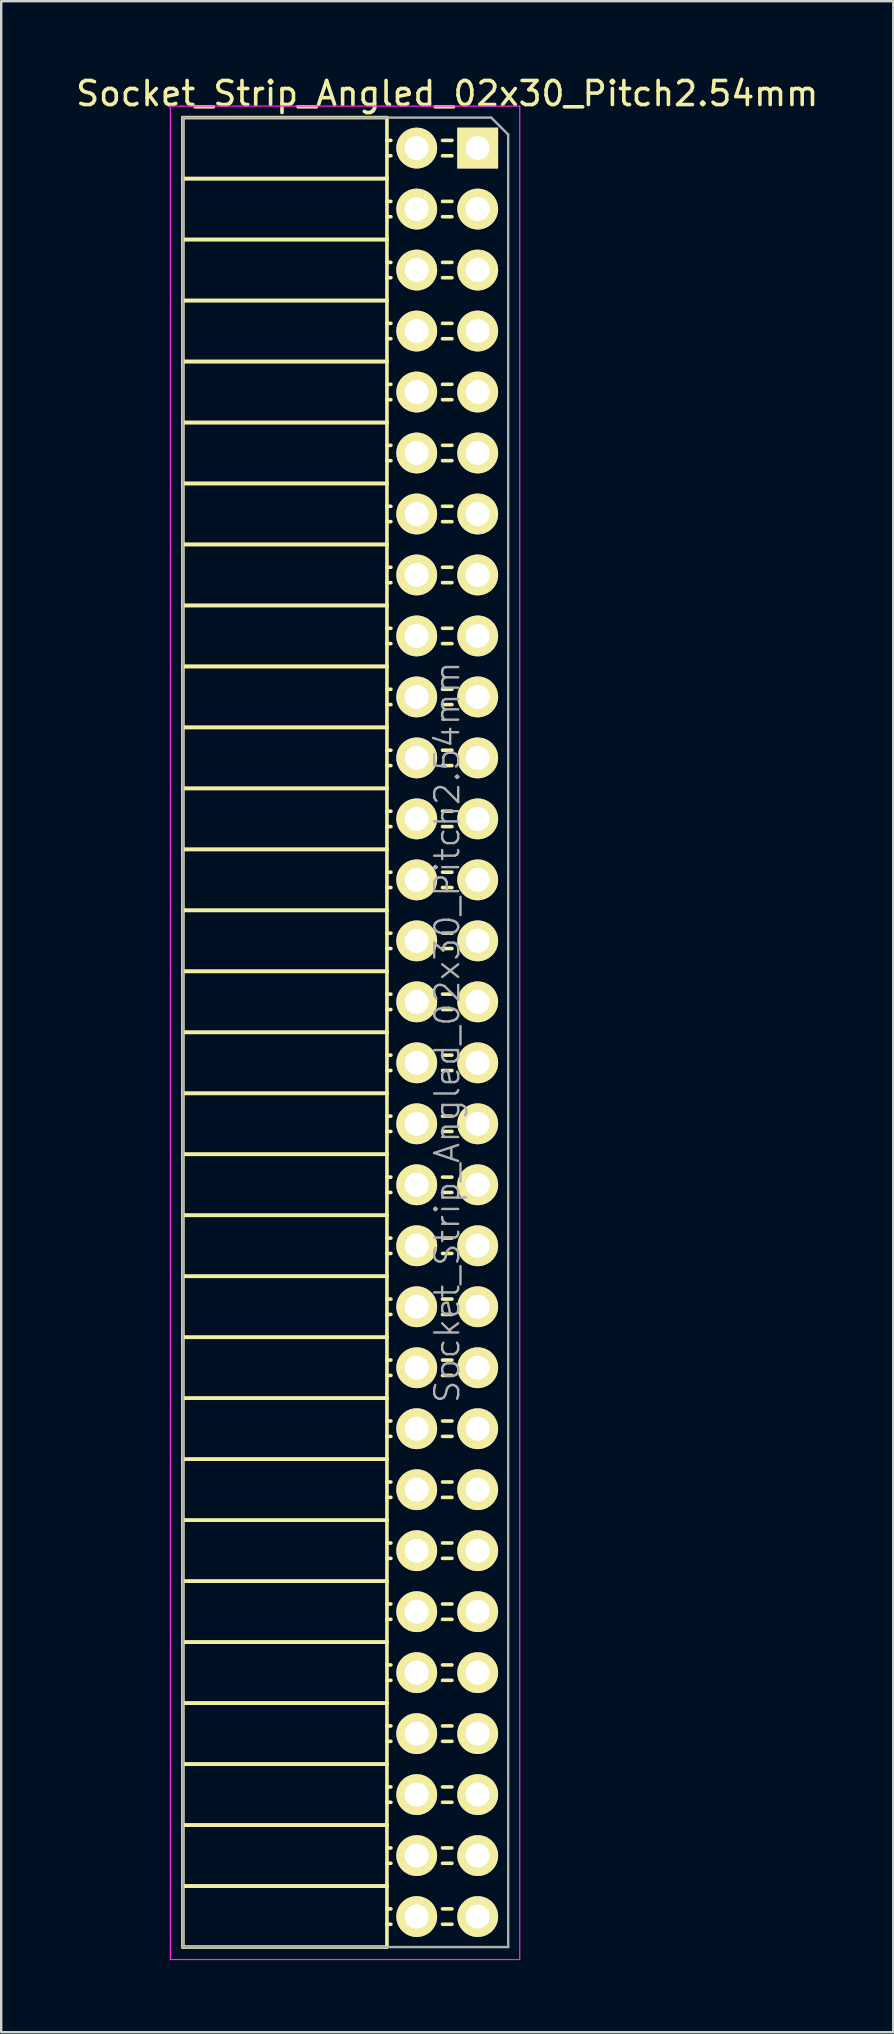
<source format=kicad_pcb>
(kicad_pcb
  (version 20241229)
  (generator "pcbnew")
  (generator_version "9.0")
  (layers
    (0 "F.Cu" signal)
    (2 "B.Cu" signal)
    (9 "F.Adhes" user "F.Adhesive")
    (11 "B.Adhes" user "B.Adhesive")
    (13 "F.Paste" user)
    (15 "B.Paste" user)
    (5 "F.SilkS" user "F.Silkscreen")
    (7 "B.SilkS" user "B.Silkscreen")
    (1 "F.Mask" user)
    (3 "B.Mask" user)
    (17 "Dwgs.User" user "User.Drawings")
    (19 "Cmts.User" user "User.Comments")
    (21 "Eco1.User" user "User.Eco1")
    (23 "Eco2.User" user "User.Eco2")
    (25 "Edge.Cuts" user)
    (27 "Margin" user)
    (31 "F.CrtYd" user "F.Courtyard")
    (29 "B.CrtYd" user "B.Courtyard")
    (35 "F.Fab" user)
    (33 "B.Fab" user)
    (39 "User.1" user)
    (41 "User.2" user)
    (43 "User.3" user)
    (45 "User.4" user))
  (footprint "Socket_Strip_Angled_02x30_Pitch2.54mm"
    (layer "F.Cu")
    (at 16.847 3.118)
    (property "Reference" "Socket_Strip_Angled_02x30_Pitch2.54mm" (at -1.27 -2.27 0) (layer "F.SilkS") (effects (font (size 1 1) (thickness 0.15))))
    (attr smd)
    (fp_line (start -12.28 -1.27) (end -12.28 1.27) (stroke (width 0.15) (type solid)) (layer "F.SilkS"))
    (fp_line (start -12.28 -1.27) (end -3.78 -1.27) (stroke (width 0.15) (type solid)) (layer "F.SilkS"))
    (fp_line (start -12.28 1.27) (end -12.28 3.81) (stroke (width 0.15) (type solid)) (layer "F.SilkS"))
    (fp_line (start -12.28 1.27) (end -3.78 1.27) (stroke (width 0.15) (type solid)) (layer "F.SilkS"))
    (fp_line (start -12.28 1.27) (end -3.78 1.27) (stroke (width 0.15) (type solid)) (layer "F.SilkS"))
    (fp_line (start -12.28 3.81) (end -12.28 6.35) (stroke (width 0.15) (type solid)) (layer "F.SilkS"))
    (fp_line (start -12.28 3.81) (end -3.78 3.81) (stroke (width 0.15) (type solid)) (layer "F.SilkS"))
    (fp_line (start -12.28 3.81) (end -3.78 3.81) (stroke (width 0.15) (type solid)) (layer "F.SilkS"))
    (fp_line (start -12.28 6.35) (end -12.28 8.89) (stroke (width 0.15) (type solid)) (layer "F.SilkS"))
    (fp_line (start -12.28 6.35) (end -3.78 6.35) (stroke (width 0.15) (type solid)) (layer "F.SilkS"))
    (fp_line (start -12.28 6.35) (end -3.78 6.35) (stroke (width 0.15) (type solid)) (layer "F.SilkS"))
    (fp_line (start -12.28 8.89) (end -12.28 11.43) (stroke (width 0.15) (type solid)) (layer "F.SilkS"))
    (fp_line (start -12.28 8.89) (end -3.78 8.89) (stroke (width 0.15) (type solid)) (layer "F.SilkS"))
    (fp_line (start -12.28 8.89) (end -3.78 8.89) (stroke (width 0.15) (type solid)) (layer "F.SilkS"))
    (fp_line (start -12.28 11.43) (end -12.28 13.97) (stroke (width 0.15) (type solid)) (layer "F.SilkS"))
    (fp_line (start -12.28 11.43) (end -3.78 11.43) (stroke (width 0.15) (type solid)) (layer "F.SilkS"))
    (fp_line (start -12.28 11.43) (end -3.78 11.43) (stroke (width 0.15) (type solid)) (layer "F.SilkS"))
    (fp_line (start -12.28 13.97) (end -12.28 16.51) (stroke (width 0.15) (type solid)) (layer "F.SilkS"))
    (fp_line (start -12.28 13.97) (end -3.78 13.97) (stroke (width 0.15) (type solid)) (layer "F.SilkS"))
    (fp_line (start -12.28 13.97) (end -3.78 13.97) (stroke (width 0.15) (type solid)) (layer "F.SilkS"))
    (fp_line (start -12.28 16.51) (end -12.28 19.05) (stroke (width 0.15) (type solid)) (layer "F.SilkS"))
    (fp_line (start -12.28 16.51) (end -3.78 16.51) (stroke (width 0.15) (type solid)) (layer "F.SilkS"))
    (fp_line (start -12.28 16.51) (end -3.78 16.51) (stroke (width 0.15) (type solid)) (layer "F.SilkS"))
    (fp_line (start -12.28 19.05) (end -12.28 21.59) (stroke (width 0.15) (type solid)) (layer "F.SilkS"))
    (fp_line (start -12.28 19.05) (end -3.78 19.05) (stroke (width 0.15) (type solid)) (layer "F.SilkS"))
    (fp_line (start -12.28 19.05) (end -3.78 19.05) (stroke (width 0.15) (type solid)) (layer "F.SilkS"))
    (fp_line (start -12.28 21.59) (end -12.28 24.13) (stroke (width 0.15) (type solid)) (layer "F.SilkS"))
    (fp_line (start -12.28 21.59) (end -3.78 21.59) (stroke (width 0.15) (type solid)) (layer "F.SilkS"))
    (fp_line (start -12.28 21.59) (end -3.78 21.59) (stroke (width 0.15) (type solid)) (layer "F.SilkS"))
    (fp_line (start -12.28 24.13) (end -12.28 26.67) (stroke (width 0.15) (type solid)) (layer "F.SilkS"))
    (fp_line (start -12.28 24.13) (end -3.78 24.13) (stroke (width 0.15) (type solid)) (layer "F.SilkS"))
    (fp_line (start -12.28 24.13) (end -3.78 24.13) (stroke (width 0.15) (type solid)) (layer "F.SilkS"))
    (fp_line (start -12.28 26.67) (end -12.28 29.21) (stroke (width 0.15) (type solid)) (layer "F.SilkS"))
    (fp_line (start -12.28 26.67) (end -3.78 26.67) (stroke (width 0.15) (type solid)) (layer "F.SilkS"))
    (fp_line (start -12.28 26.67) (end -3.78 26.67) (stroke (width 0.15) (type solid)) (layer "F.SilkS"))
    (fp_line (start -12.28 29.21) (end -12.28 31.75) (stroke (width 0.15) (type solid)) (layer "F.SilkS"))
    (fp_line (start -12.28 29.21) (end -3.78 29.21) (stroke (width 0.15) (type solid)) (layer "F.SilkS"))
    (fp_line (start -12.28 29.21) (end -3.78 29.21) (stroke (width 0.15) (type solid)) (layer "F.SilkS"))
    (fp_line (start -12.28 31.75) (end -12.28 34.29) (stroke (width 0.15) (type solid)) (layer "F.SilkS"))
    (fp_line (start -12.28 31.75) (end -3.78 31.75) (stroke (width 0.15) (type solid)) (layer "F.SilkS"))
    (fp_line (start -12.28 31.75) (end -3.78 31.75) (stroke (width 0.15) (type solid)) (layer "F.SilkS"))
    (fp_line (start -12.28 34.29) (end -12.28 36.83) (stroke (width 0.15) (type solid)) (layer "F.SilkS"))
    (fp_line (start -12.28 34.29) (end -3.78 34.29) (stroke (width 0.15) (type solid)) (layer "F.SilkS"))
    (fp_line (start -12.28 34.29) (end -3.78 34.29) (stroke (width 0.15) (type solid)) (layer "F.SilkS"))
    (fp_line (start -12.28 36.83) (end -12.28 39.37) (stroke (width 0.15) (type solid)) (layer "F.SilkS"))
    (fp_line (start -12.28 36.83) (end -3.78 36.83) (stroke (width 0.15) (type solid)) (layer "F.SilkS"))
    (fp_line (start -12.28 36.83) (end -3.78 36.83) (stroke (width 0.15) (type solid)) (layer "F.SilkS"))
    (fp_line (start -12.28 39.37) (end -12.28 41.91) (stroke (width 0.15) (type solid)) (layer "F.SilkS"))
    (fp_line (start -12.28 39.37) (end -3.78 39.37) (stroke (width 0.15) (type solid)) (layer "F.SilkS"))
    (fp_line (start -12.28 39.37) (end -3.78 39.37) (stroke (width 0.15) (type solid)) (layer "F.SilkS"))
    (fp_line (start -12.28 41.91) (end -12.28 44.45) (stroke (width 0.15) (type solid)) (layer "F.SilkS"))
    (fp_line (start -12.28 41.91) (end -3.78 41.91) (stroke (width 0.15) (type solid)) (layer "F.SilkS"))
    (fp_line (start -12.28 41.91) (end -3.78 41.91) (stroke (width 0.15) (type solid)) (layer "F.SilkS"))
    (fp_line (start -12.28 44.45) (end -12.28 46.99) (stroke (width 0.15) (type solid)) (layer "F.SilkS"))
    (fp_line (start -12.28 44.45) (end -3.78 44.45) (stroke (width 0.15) (type solid)) (layer "F.SilkS"))
    (fp_line (start -12.28 44.45) (end -3.78 44.45) (stroke (width 0.15) (type solid)) (layer "F.SilkS"))
    (fp_line (start -12.28 46.99) (end -12.28 49.53) (stroke (width 0.15) (type solid)) (layer "F.SilkS"))
    (fp_line (start -12.28 46.99) (end -3.78 46.99) (stroke (width 0.15) (type solid)) (layer "F.SilkS"))
    (fp_line (start -12.28 46.99) (end -3.78 46.99) (stroke (width 0.15) (type solid)) (layer "F.SilkS"))
    (fp_line (start -12.28 49.53) (end -12.28 52.07) (stroke (width 0.15) (type solid)) (layer "F.SilkS"))
    (fp_line (start -12.28 49.53) (end -3.78 49.53) (stroke (width 0.15) (type solid)) (layer "F.SilkS"))
    (fp_line (start -12.28 49.53) (end -3.78 49.53) (stroke (width 0.15) (type solid)) (layer "F.SilkS"))
    (fp_line (start -12.28 52.07) (end -12.28 54.61) (stroke (width 0.15) (type solid)) (layer "F.SilkS"))
    (fp_line (start -12.28 52.07) (end -3.78 52.07) (stroke (width 0.15) (type solid)) (layer "F.SilkS"))
    (fp_line (start -12.28 52.07) (end -3.78 52.07) (stroke (width 0.15) (type solid)) (layer "F.SilkS"))
    (fp_line (start -12.28 54.61) (end -12.28 57.15) (stroke (width 0.15) (type solid)) (layer "F.SilkS"))
    (fp_line (start -12.28 54.61) (end -3.78 54.61) (stroke (width 0.15) (type solid)) (layer "F.SilkS"))
    (fp_line (start -12.28 54.61) (end -3.78 54.61) (stroke (width 0.15) (type solid)) (layer "F.SilkS"))
    (fp_line (start -12.28 57.15) (end -12.28 59.69) (stroke (width 0.15) (type solid)) (layer "F.SilkS"))
    (fp_line (start -12.28 57.15) (end -3.78 57.15) (stroke (width 0.15) (type solid)) (layer "F.SilkS"))
    (fp_line (start -12.28 57.15) (end -3.78 57.15) (stroke (width 0.15) (type solid)) (layer "F.SilkS"))
    (fp_line (start -12.28 59.69) (end -12.28 62.23) (stroke (width 0.15) (type solid)) (layer "F.SilkS"))
    (fp_line (start -12.28 59.69) (end -3.78 59.69) (stroke (width 0.15) (type solid)) (layer "F.SilkS"))
    (fp_line (start -12.28 59.69) (end -3.78 59.69) (stroke (width 0.15) (type solid)) (layer "F.SilkS"))
    (fp_line (start -12.28 62.23) (end -12.28 64.77) (stroke (width 0.15) (type solid)) (layer "F.SilkS"))
    (fp_line (start -12.28 62.23) (end -3.78 62.23) (stroke (width 0.15) (type solid)) (layer "F.SilkS"))
    (fp_line (start -12.28 62.23) (end -3.78 62.23) (stroke (width 0.15) (type solid)) (layer "F.SilkS"))
    (fp_line (start -12.28 64.77) (end -12.28 67.31) (stroke (width 0.15) (type solid)) (layer "F.SilkS"))
    (fp_line (start -12.28 64.77) (end -3.78 64.77) (stroke (width 0.15) (type solid)) (layer "F.SilkS"))
    (fp_line (start -12.28 64.77) (end -3.78 64.77) (stroke (width 0.15) (type solid)) (layer "F.SilkS"))
    (fp_line (start -12.28 67.31) (end -12.28 69.85) (stroke (width 0.15) (type solid)) (layer "F.SilkS"))
    (fp_line (start -12.28 67.31) (end -3.78 67.31) (stroke (width 0.15) (type solid)) (layer "F.SilkS"))
    (fp_line (start -12.28 67.31) (end -3.78 67.31) (stroke (width 0.15) (type solid)) (layer "F.SilkS"))
    (fp_line (start -12.28 69.85) (end -12.28 72.39) (stroke (width 0.15) (type solid)) (layer "F.SilkS"))
    (fp_line (start -12.28 69.85) (end -3.78 69.85) (stroke (width 0.15) (type solid)) (layer "F.SilkS"))
    (fp_line (start -12.28 69.85) (end -3.78 69.85) (stroke (width 0.15) (type solid)) (layer "F.SilkS"))
    (fp_line (start -12.28 72.39) (end -12.28 74.93) (stroke (width 0.15) (type solid)) (layer "F.SilkS"))
    (fp_line (start -12.28 72.39) (end -3.78 72.39) (stroke (width 0.15) (type solid)) (layer "F.SilkS"))
    (fp_line (start -12.28 72.39) (end -3.78 72.39) (stroke (width 0.15) (type solid)) (layer "F.SilkS"))
    (fp_line (start -12.28 74.93) (end -3.78 74.93) (stroke (width 0.15) (type solid)) (layer "F.SilkS"))
    (fp_line (start -3.78 -1.27) (end -3.78 1.27) (stroke (width 0.15) (type solid)) (layer "F.SilkS"))
    (fp_line (start -3.78 -0.32) (end -3.615 -0.32) (stroke (width 0.15) (type solid)) (layer "F.SilkS"))
    (fp_line (start -3.78 0.32) (end -3.615 0.32) (stroke (width 0.15) (type solid)) (layer "F.SilkS"))
    (fp_line (start -3.78 1.27) (end -3.78 3.81) (stroke (width 0.15) (type solid)) (layer "F.SilkS"))
    (fp_line (start -3.78 2.22) (end -3.615 2.22) (stroke (width 0.15) (type solid)) (layer "F.SilkS"))
    (fp_line (start -3.78 2.86) (end -3.615 2.86) (stroke (width 0.15) (type solid)) (layer "F.SilkS"))
    (fp_line (start -3.78 3.81) (end -3.78 6.35) (stroke (width 0.15) (type solid)) (layer "F.SilkS"))
    (fp_line (start -3.78 4.76) (end -3.615 4.76) (stroke (width 0.15) (type solid)) (layer "F.SilkS"))
    (fp_line (start -3.78 5.4) (end -3.615 5.4) (stroke (width 0.15) (type solid)) (layer "F.SilkS"))
    (fp_line (start -3.78 6.35) (end -3.78 8.89) (stroke (width 0.15) (type solid)) (layer "F.SilkS"))
    (fp_line (start -3.78 7.3) (end -3.615 7.3) (stroke (width 0.15) (type solid)) (layer "F.SilkS"))
    (fp_line (start -3.78 7.94) (end -3.615 7.94) (stroke (width 0.15) (type solid)) (layer "F.SilkS"))
    (fp_line (start -3.78 8.89) (end -3.78 11.43) (stroke (width 0.15) (type solid)) (layer "F.SilkS"))
    (fp_line (start -3.78 9.84) (end -3.615 9.84) (stroke (width 0.15) (type solid)) (layer "F.SilkS"))
    (fp_line (start -3.78 10.48) (end -3.615 10.48) (stroke (width 0.15) (type solid)) (layer "F.SilkS"))
    (fp_line (start -3.78 11.43) (end -3.78 13.97) (stroke (width 0.15) (type solid)) (layer "F.SilkS"))
    (fp_line (start -3.78 12.38) (end -3.615 12.38) (stroke (width 0.15) (type solid)) (layer "F.SilkS"))
    (fp_line (start -3.78 13.02) (end -3.615 13.02) (stroke (width 0.15) (type solid)) (layer "F.SilkS"))
    (fp_line (start -3.78 13.97) (end -3.78 16.51) (stroke (width 0.15) (type solid)) (layer "F.SilkS"))
    (fp_line (start -3.78 14.92) (end -3.615 14.92) (stroke (width 0.15) (type solid)) (layer "F.SilkS"))
    (fp_line (start -3.78 15.56) (end -3.615 15.56) (stroke (width 0.15) (type solid)) (layer "F.SilkS"))
    (fp_line (start -3.78 16.51) (end -3.78 19.05) (stroke (width 0.15) (type solid)) (layer "F.SilkS"))
    (fp_line (start -3.78 17.46) (end -3.615 17.46) (stroke (width 0.15) (type solid)) (layer "F.SilkS"))
    (fp_line (start -3.78 18.1) (end -3.615 18.1) (stroke (width 0.15) (type solid)) (layer "F.SilkS"))
    (fp_line (start -3.78 19.05) (end -3.78 21.59) (stroke (width 0.15) (type solid)) (layer "F.SilkS"))
    (fp_line (start -3.78 20) (end -3.615 20) (stroke (width 0.15) (type solid)) (layer "F.SilkS"))
    (fp_line (start -3.78 20.64) (end -3.615 20.64) (stroke (width 0.15) (type solid)) (layer "F.SilkS"))
    (fp_line (start -3.78 21.59) (end -3.78 24.13) (stroke (width 0.15) (type solid)) (layer "F.SilkS"))
    (fp_line (start -3.78 22.54) (end -3.615 22.54) (stroke (width 0.15) (type solid)) (layer "F.SilkS"))
    (fp_line (start -3.78 23.18) (end -3.615 23.18) (stroke (width 0.15) (type solid)) (layer "F.SilkS"))
    (fp_line (start -3.78 24.13) (end -3.78 26.67) (stroke (width 0.15) (type solid)) (layer "F.SilkS"))
    (fp_line (start -3.78 25.08) (end -3.615 25.08) (stroke (width 0.15) (type solid)) (layer "F.SilkS"))
    (fp_line (start -3.78 25.72) (end -3.615 25.72) (stroke (width 0.15) (type solid)) (layer "F.SilkS"))
    (fp_line (start -3.78 26.67) (end -3.78 29.21) (stroke (width 0.15) (type solid)) (layer "F.SilkS"))
    (fp_line (start -3.78 27.62) (end -3.615 27.62) (stroke (width 0.15) (type solid)) (layer "F.SilkS"))
    (fp_line (start -3.78 28.26) (end -3.615 28.26) (stroke (width 0.15) (type solid)) (layer "F.SilkS"))
    (fp_line (start -3.78 29.21) (end -3.78 31.75) (stroke (width 0.15) (type solid)) (layer "F.SilkS"))
    (fp_line (start -3.78 30.16) (end -3.615 30.16) (stroke (width 0.15) (type solid)) (layer "F.SilkS"))
    (fp_line (start -3.78 30.8) (end -3.615 30.8) (stroke (width 0.15) (type solid)) (layer "F.SilkS"))
    (fp_line (start -3.78 31.75) (end -3.78 34.29) (stroke (width 0.15) (type solid)) (layer "F.SilkS"))
    (fp_line (start -3.78 32.7) (end -3.615 32.7) (stroke (width 0.15) (type solid)) (layer "F.SilkS"))
    (fp_line (start -3.78 33.34) (end -3.615 33.34) (stroke (width 0.15) (type solid)) (layer "F.SilkS"))
    (fp_line (start -3.78 34.29) (end -3.78 36.83) (stroke (width 0.15) (type solid)) (layer "F.SilkS"))
    (fp_line (start -3.78 35.24) (end -3.615 35.24) (stroke (width 0.15) (type solid)) (layer "F.SilkS"))
    (fp_line (start -3.78 35.88) (end -3.615 35.88) (stroke (width 0.15) (type solid)) (layer "F.SilkS"))
    (fp_line (start -3.78 36.83) (end -3.78 39.37) (stroke (width 0.15) (type solid)) (layer "F.SilkS"))
    (fp_line (start -3.78 37.78) (end -3.615 37.78) (stroke (width 0.15) (type solid)) (layer "F.SilkS"))
    (fp_line (start -3.78 38.42) (end -3.615 38.42) (stroke (width 0.15) (type solid)) (layer "F.SilkS"))
    (fp_line (start -3.78 39.37) (end -3.78 41.91) (stroke (width 0.15) (type solid)) (layer "F.SilkS"))
    (fp_line (start -3.78 40.32) (end -3.615 40.32) (stroke (width 0.15) (type solid)) (layer "F.SilkS"))
    (fp_line (start -3.78 40.96) (end -3.615 40.96) (stroke (width 0.15) (type solid)) (layer "F.SilkS"))
    (fp_line (start -3.78 41.91) (end -3.78 44.45) (stroke (width 0.15) (type solid)) (layer "F.SilkS"))
    (fp_line (start -3.78 42.86) (end -3.615 42.86) (stroke (width 0.15) (type solid)) (layer "F.SilkS"))
    (fp_line (start -3.78 43.5) (end -3.615 43.5) (stroke (width 0.15) (type solid)) (layer "F.SilkS"))
    (fp_line (start -3.78 44.45) (end -3.78 46.99) (stroke (width 0.15) (type solid)) (layer "F.SilkS"))
    (fp_line (start -3.78 45.4) (end -3.615 45.4) (stroke (width 0.15) (type solid)) (layer "F.SilkS"))
    (fp_line (start -3.78 46.04) (end -3.615 46.04) (stroke (width 0.15) (type solid)) (layer "F.SilkS"))
    (fp_line (start -3.78 46.99) (end -3.78 49.53) (stroke (width 0.15) (type solid)) (layer "F.SilkS"))
    (fp_line (start -3.78 47.94) (end -3.615 47.94) (stroke (width 0.15) (type solid)) (layer "F.SilkS"))
    (fp_line (start -3.78 48.58) (end -3.615 48.58) (stroke (width 0.15) (type solid)) (layer "F.SilkS"))
    (fp_line (start -3.78 49.53) (end -3.78 52.07) (stroke (width 0.15) (type solid)) (layer "F.SilkS"))
    (fp_line (start -3.78 50.48) (end -3.615 50.48) (stroke (width 0.15) (type solid)) (layer "F.SilkS"))
    (fp_line (start -3.78 51.12) (end -3.615 51.12) (stroke (width 0.15) (type solid)) (layer "F.SilkS"))
    (fp_line (start -3.78 52.07) (end -3.78 54.61) (stroke (width 0.15) (type solid)) (layer "F.SilkS"))
    (fp_line (start -3.78 53.02) (end -3.615 53.02) (stroke (width 0.15) (type solid)) (layer "F.SilkS"))
    (fp_line (start -3.78 53.66) (end -3.615 53.66) (stroke (width 0.15) (type solid)) (layer "F.SilkS"))
    (fp_line (start -3.78 54.61) (end -3.78 57.15) (stroke (width 0.15) (type solid)) (layer "F.SilkS"))
    (fp_line (start -3.78 55.56) (end -3.615 55.56) (stroke (width 0.15) (type solid)) (layer "F.SilkS"))
    (fp_line (start -3.78 56.2) (end -3.615 56.2) (stroke (width 0.15) (type solid)) (layer "F.SilkS"))
    (fp_line (start -3.78 57.15) (end -3.78 59.69) (stroke (width 0.15) (type solid)) (layer "F.SilkS"))
    (fp_line (start -3.78 58.1) (end -3.615 58.1) (stroke (width 0.15) (type solid)) (layer "F.SilkS"))
    (fp_line (start -3.78 58.74) (end -3.615 58.74) (stroke (width 0.15) (type solid)) (layer "F.SilkS"))
    (fp_line (start -3.78 59.69) (end -3.78 62.23) (stroke (width 0.15) (type solid)) (layer "F.SilkS"))
    (fp_line (start -3.78 60.64) (end -3.615 60.64) (stroke (width 0.15) (type solid)) (layer "F.SilkS"))
    (fp_line (start -3.78 61.28) (end -3.615 61.28) (stroke (width 0.15) (type solid)) (layer "F.SilkS"))
    (fp_line (start -3.78 62.23) (end -3.78 64.77) (stroke (width 0.15) (type solid)) (layer "F.SilkS"))
    (fp_line (start -3.78 63.18) (end -3.615 63.18) (stroke (width 0.15) (type solid)) (layer "F.SilkS"))
    (fp_line (start -3.78 63.82) (end -3.615 63.82) (stroke (width 0.15) (type solid)) (layer "F.SilkS"))
    (fp_line (start -3.78 64.77) (end -3.78 67.31) (stroke (width 0.15) (type solid)) (layer "F.SilkS"))
    (fp_line (start -3.78 65.72) (end -3.615 65.72) (stroke (width 0.15) (type solid)) (layer "F.SilkS"))
    (fp_line (start -3.78 66.36) (end -3.615 66.36) (stroke (width 0.15) (type solid)) (layer "F.SilkS"))
    (fp_line (start -3.78 67.31) (end -3.78 69.85) (stroke (width 0.15) (type solid)) (layer "F.SilkS"))
    (fp_line (start -3.78 68.26) (end -3.615 68.26) (stroke (width 0.15) (type solid)) (layer "F.SilkS"))
    (fp_line (start -3.78 68.9) (end -3.615 68.9) (stroke (width 0.15) (type solid)) (layer "F.SilkS"))
    (fp_line (start -3.78 69.85) (end -3.78 72.39) (stroke (width 0.15) (type solid)) (layer "F.SilkS"))
    (fp_line (start -3.78 70.8) (end -3.615 70.8) (stroke (width 0.15) (type solid)) (layer "F.SilkS"))
    (fp_line (start -3.78 71.44) (end -3.615 71.44) (stroke (width 0.15) (type solid)) (layer "F.SilkS"))
    (fp_line (start -3.78 72.39) (end -3.78 74.93) (stroke (width 0.15) (type solid)) (layer "F.SilkS"))
    (fp_line (start -3.78 73.34) (end -3.615 73.34) (stroke (width 0.15) (type solid)) (layer "F.SilkS"))
    (fp_line (start -3.78 73.98) (end -3.615 73.98) (stroke (width 0.15) (type solid)) (layer "F.SilkS"))
    (fp_line (start -1.075 -0.32) (end -1.465 -0.32) (stroke (width 0.15) (type solid)) (layer "F.SilkS"))
    (fp_line (start -1.075 0.32) (end -1.465 0.32) (stroke (width 0.15) (type solid)) (layer "F.SilkS"))
    (fp_line (start -1.075 2.22) (end -1.465 2.22) (stroke (width 0.15) (type solid)) (layer "F.SilkS"))
    (fp_line (start -1.075 2.86) (end -1.465 2.86) (stroke (width 0.15) (type solid)) (layer "F.SilkS"))
    (fp_line (start -1.075 4.76) (end -1.465 4.76) (stroke (width 0.15) (type solid)) (layer "F.SilkS"))
    (fp_line (start -1.075 5.4) (end -1.465 5.4) (stroke (width 0.15) (type solid)) (layer "F.SilkS"))
    (fp_line (start -1.075 7.3) (end -1.465 7.3) (stroke (width 0.15) (type solid)) (layer "F.SilkS"))
    (fp_line (start -1.075 7.94) (end -1.465 7.94) (stroke (width 0.15) (type solid)) (layer "F.SilkS"))
    (fp_line (start -1.075 9.84) (end -1.465 9.84) (stroke (width 0.15) (type solid)) (layer "F.SilkS"))
    (fp_line (start -1.075 10.48) (end -1.465 10.48) (stroke (width 0.15) (type solid)) (layer "F.SilkS"))
    (fp_line (start -1.075 12.38) (end -1.465 12.38) (stroke (width 0.15) (type solid)) (layer "F.SilkS"))
    (fp_line (start -1.075 13.02) (end -1.465 13.02) (stroke (width 0.15) (type solid)) (layer "F.SilkS"))
    (fp_line (start -1.075 14.92) (end -1.465 14.92) (stroke (width 0.15) (type solid)) (layer "F.SilkS"))
    (fp_line (start -1.075 15.56) (end -1.465 15.56) (stroke (width 0.15) (type solid)) (layer "F.SilkS"))
    (fp_line (start -1.075 17.46) (end -1.465 17.46) (stroke (width 0.15) (type solid)) (layer "F.SilkS"))
    (fp_line (start -1.075 18.1) (end -1.465 18.1) (stroke (width 0.15) (type solid)) (layer "F.SilkS"))
    (fp_line (start -1.075 20) (end -1.465 20) (stroke (width 0.15) (type solid)) (layer "F.SilkS"))
    (fp_line (start -1.075 20.64) (end -1.465 20.64) (stroke (width 0.15) (type solid)) (layer "F.SilkS"))
    (fp_line (start -1.075 22.54) (end -1.465 22.54) (stroke (width 0.15) (type solid)) (layer "F.SilkS"))
    (fp_line (start -1.075 23.18) (end -1.465 23.18) (stroke (width 0.15) (type solid)) (layer "F.SilkS"))
    (fp_line (start -1.075 25.08) (end -1.465 25.08) (stroke (width 0.15) (type solid)) (layer "F.SilkS"))
    (fp_line (start -1.075 25.72) (end -1.465 25.72) (stroke (width 0.15) (type solid)) (layer "F.SilkS"))
    (fp_line (start -1.075 27.62) (end -1.465 27.62) (stroke (width 0.15) (type solid)) (layer "F.SilkS"))
    (fp_line (start -1.075 28.26) (end -1.465 28.26) (stroke (width 0.15) (type solid)) (layer "F.SilkS"))
    (fp_line (start -1.075 30.16) (end -1.465 30.16) (stroke (width 0.15) (type solid)) (layer "F.SilkS"))
    (fp_line (start -1.075 30.8) (end -1.465 30.8) (stroke (width 0.15) (type solid)) (layer "F.SilkS"))
    (fp_line (start -1.075 32.7) (end -1.465 32.7) (stroke (width 0.15) (type solid)) (layer "F.SilkS"))
    (fp_line (start -1.075 33.34) (end -1.465 33.34) (stroke (width 0.15) (type solid)) (layer "F.SilkS"))
    (fp_line (start -1.075 35.24) (end -1.465 35.24) (stroke (width 0.15) (type solid)) (layer "F.SilkS"))
    (fp_line (start -1.075 35.88) (end -1.465 35.88) (stroke (width 0.15) (type solid)) (layer "F.SilkS"))
    (fp_line (start -1.075 37.78) (end -1.465 37.78) (stroke (width 0.15) (type solid)) (layer "F.SilkS"))
    (fp_line (start -1.075 38.42) (end -1.465 38.42) (stroke (width 0.15) (type solid)) (layer "F.SilkS"))
    (fp_line (start -1.075 40.32) (end -1.465 40.32) (stroke (width 0.15) (type solid)) (layer "F.SilkS"))
    (fp_line (start -1.075 40.96) (end -1.465 40.96) (stroke (width 0.15) (type solid)) (layer "F.SilkS"))
    (fp_line (start -1.075 42.86) (end -1.465 42.86) (stroke (width 0.15) (type solid)) (layer "F.SilkS"))
    (fp_line (start -1.075 43.5) (end -1.465 43.5) (stroke (width 0.15) (type solid)) (layer "F.SilkS"))
    (fp_line (start -1.075 45.4) (end -1.465 45.4) (stroke (width 0.15) (type solid)) (layer "F.SilkS"))
    (fp_line (start -1.075 46.04) (end -1.465 46.04) (stroke (width 0.15) (type solid)) (layer "F.SilkS"))
    (fp_line (start -1.075 47.94) (end -1.465 47.94) (stroke (width 0.15) (type solid)) (layer "F.SilkS"))
    (fp_line (start -1.075 48.58) (end -1.465 48.58) (stroke (width 0.15) (type solid)) (layer "F.SilkS"))
    (fp_line (start -1.075 50.48) (end -1.465 50.48) (stroke (width 0.15) (type solid)) (layer "F.SilkS"))
    (fp_line (start -1.075 51.12) (end -1.465 51.12) (stroke (width 0.15) (type solid)) (layer "F.SilkS"))
    (fp_line (start -1.075 53.02) (end -1.465 53.02) (stroke (width 0.15) (type solid)) (layer "F.SilkS"))
    (fp_line (start -1.075 53.66) (end -1.465 53.66) (stroke (width 0.15) (type solid)) (layer "F.SilkS"))
    (fp_line (start -1.075 55.56) (end -1.465 55.56) (stroke (width 0.15) (type solid)) (layer "F.SilkS"))
    (fp_line (start -1.075 56.2) (end -1.465 56.2) (stroke (width 0.15) (type solid)) (layer "F.SilkS"))
    (fp_line (start -1.075 58.1) (end -1.465 58.1) (stroke (width 0.15) (type solid)) (layer "F.SilkS"))
    (fp_line (start -1.075 58.74) (end -1.465 58.74) (stroke (width 0.15) (type solid)) (layer "F.SilkS"))
    (fp_line (start -1.075 60.64) (end -1.465 60.64) (stroke (width 0.15) (type solid)) (layer "F.SilkS"))
    (fp_line (start -1.075 61.28) (end -1.465 61.28) (stroke (width 0.15) (type solid)) (layer "F.SilkS"))
    (fp_line (start -1.075 63.18) (end -1.465 63.18) (stroke (width 0.15) (type solid)) (layer "F.SilkS"))
    (fp_line (start -1.075 63.82) (end -1.465 63.82) (stroke (width 0.15) (type solid)) (layer "F.SilkS"))
    (fp_line (start -1.075 65.72) (end -1.465 65.72) (stroke (width 0.15) (type solid)) (layer "F.SilkS"))
    (fp_line (start -1.075 66.36) (end -1.465 66.36) (stroke (width 0.15) (type solid)) (layer "F.SilkS"))
    (fp_line (start -1.075 68.26) (end -1.465 68.26) (stroke (width 0.15) (type solid)) (layer "F.SilkS"))
    (fp_line (start -1.075 68.9) (end -1.465 68.9) (stroke (width 0.15) (type solid)) (layer "F.SilkS"))
    (fp_line (start -1.075 70.8) (end -1.465 70.8) (stroke (width 0.15) (type solid)) (layer "F.SilkS"))
    (fp_line (start -1.075 71.44) (end -1.465 71.44) (stroke (width 0.15) (type solid)) (layer "F.SilkS"))
    (fp_line (start -1.075 73.34) (end -1.465 73.34) (stroke (width 0.15) (type solid)) (layer "F.SilkS"))
    (fp_line (start -1.075 73.98) (end -1.465 73.98) (stroke (width 0.15) (type solid)) (layer "F.SilkS"))
    (fp_line (start -12.8 -1.75) (end 1.75 -1.75) (stroke (width 0.05) (type solid)) (layer "F.CrtYd"))
    (fp_line (start -12.8 75.45) (end -12.8 -1.75) (stroke (width 0.05) (type solid)) (layer "F.CrtYd"))
    (fp_line (start -12.8 75.45) (end 1.75 75.45) (stroke (width 0.05) (type solid)) (layer "F.CrtYd"))
    (fp_line (start 1.75 75.45) (end 1.75 -1.75) (stroke (width 0.05) (type solid)) (layer "F.CrtYd"))
    (fp_line (start -12.28 -1.27) (end 0.563 -1.27) (stroke (width 0.1) (type solid)) (layer "F.Fab"))
    (fp_line (start -12.28 74.93) (end -12.28 -1.27) (stroke (width 0.1) (type solid)) (layer "F.Fab"))
    (fp_line (start -12.28 74.93) (end 1.27 74.93) (stroke (width 0.1) (type solid)) (layer "F.Fab"))
    (fp_line (start 1.27 -0.563) (end 0.563 -1.27) (stroke (width 0.1) (type solid)) (layer "F.Fab"))
    (fp_line (start 1.27 74.93) (end 1.27 -0.563) (stroke (width 0.1) (type solid)) (layer "F.Fab"))
    (fp_text user "${REFERENCE}" (at -1.27 36.83 90) (layer "F.Fab") (effects (font (size 1 1) (thickness 0.1))))
    (pad "1" thru_hole rect (at 0 0) (size 1.7 1.7) (drill 1) (layers "*.Cu" "*.Mask" "F.SilkS"))
    (pad "2" thru_hole oval (at -2.54 0) (size 1.7 1.7) (drill 1) (layers "*.Cu" "*.Mask" "F.SilkS"))
    (pad "3" thru_hole oval (at 0 2.54) (size 1.7 1.7) (drill 1) (layers "*.Cu" "*.Mask" "F.SilkS"))
    (pad "4" thru_hole oval (at -2.54 2.54) (size 1.7 1.7) (drill 1) (layers "*.Cu" "*.Mask" "F.SilkS"))
    (pad "5" thru_hole oval (at 0 5.08) (size 1.7 1.7) (drill 1) (layers "*.Cu" "*.Mask" "F.SilkS"))
    (pad "6" thru_hole oval (at -2.54 5.08) (size 1.7 1.7) (drill 1) (layers "*.Cu" "*.Mask" "F.SilkS"))
    (pad "7" thru_hole oval (at 0 7.62) (size 1.7 1.7) (drill 1) (layers "*.Cu" "*.Mask" "F.SilkS"))
    (pad "8" thru_hole oval (at -2.54 7.62) (size 1.7 1.7) (drill 1) (layers "*.Cu" "*.Mask" "F.SilkS"))
    (pad "9" thru_hole oval (at 0 10.16) (size 1.7 1.7) (drill 1) (layers "*.Cu" "*.Mask" "F.SilkS"))
    (pad "10" thru_hole oval (at -2.54 10.16) (size 1.7 1.7) (drill 1) (layers "*.Cu" "*.Mask" "F.SilkS"))
    (pad "11" thru_hole oval (at 0 12.7) (size 1.7 1.7) (drill 1) (layers "*.Cu" "*.Mask" "F.SilkS"))
    (pad "12" thru_hole oval (at -2.54 12.7) (size 1.7 1.7) (drill 1) (layers "*.Cu" "*.Mask" "F.SilkS"))
    (pad "13" thru_hole oval (at 0 15.24) (size 1.7 1.7) (drill 1) (layers "*.Cu" "*.Mask" "F.SilkS"))
    (pad "14" thru_hole oval (at -2.54 15.24) (size 1.7 1.7) (drill 1) (layers "*.Cu" "*.Mask" "F.SilkS"))
    (pad "15" thru_hole oval (at 0 17.78) (size 1.7 1.7) (drill 1) (layers "*.Cu" "*.Mask" "F.SilkS"))
    (pad "16" thru_hole oval (at -2.54 17.78) (size 1.7 1.7) (drill 1) (layers "*.Cu" "*.Mask" "F.SilkS"))
    (pad "17" thru_hole oval (at 0 20.32) (size 1.7 1.7) (drill 1) (layers "*.Cu" "*.Mask" "F.SilkS"))
    (pad "18" thru_hole oval (at -2.54 20.32) (size 1.7 1.7) (drill 1) (layers "*.Cu" "*.Mask" "F.SilkS"))
    (pad "19" thru_hole oval (at 0 22.86) (size 1.7 1.7) (drill 1) (layers "*.Cu" "*.Mask" "F.SilkS"))
    (pad "20" thru_hole oval (at -2.54 22.86) (size 1.7 1.7) (drill 1) (layers "*.Cu" "*.Mask" "F.SilkS"))
    (pad "21" thru_hole oval (at 0 25.4) (size 1.7 1.7) (drill 1) (layers "*.Cu" "*.Mask" "F.SilkS"))
    (pad "22" thru_hole oval (at -2.54 25.4) (size 1.7 1.7) (drill 1) (layers "*.Cu" "*.Mask" "F.SilkS"))
    (pad "23" thru_hole oval (at 0 27.94) (size 1.7 1.7) (drill 1) (layers "*.Cu" "*.Mask" "F.SilkS"))
    (pad "24" thru_hole oval (at -2.54 27.94) (size 1.7 1.7) (drill 1) (layers "*.Cu" "*.Mask" "F.SilkS"))
    (pad "25" thru_hole oval (at 0 30.48) (size 1.7 1.7) (drill 1) (layers "*.Cu" "*.Mask" "F.SilkS"))
    (pad "26" thru_hole oval (at -2.54 30.48) (size 1.7 1.7) (drill 1) (layers "*.Cu" "*.Mask" "F.SilkS"))
    (pad "27" thru_hole oval (at 0 33.02) (size 1.7 1.7) (drill 1) (layers "*.Cu" "*.Mask" "F.SilkS"))
    (pad "28" thru_hole oval (at -2.54 33.02) (size 1.7 1.7) (drill 1) (layers "*.Cu" "*.Mask" "F.SilkS"))
    (pad "29" thru_hole oval (at 0 35.56) (size 1.7 1.7) (drill 1) (layers "*.Cu" "*.Mask" "F.SilkS"))
    (pad "30" thru_hole oval (at -2.54 35.56) (size 1.7 1.7) (drill 1) (layers "*.Cu" "*.Mask" "F.SilkS"))
    (pad "31" thru_hole oval (at 0 38.1) (size 1.7 1.7) (drill 1) (layers "*.Cu" "*.Mask" "F.SilkS"))
    (pad "32" thru_hole oval (at -2.54 38.1) (size 1.7 1.7) (drill 1) (layers "*.Cu" "*.Mask" "F.SilkS"))
    (pad "33" thru_hole oval (at 0 40.64) (size 1.7 1.7) (drill 1) (layers "*.Cu" "*.Mask" "F.SilkS"))
    (pad "34" thru_hole oval (at -2.54 40.64) (size 1.7 1.7) (drill 1) (layers "*.Cu" "*.Mask" "F.SilkS"))
    (pad "35" thru_hole oval (at 0 43.18) (size 1.7 1.7) (drill 1) (layers "*.Cu" "*.Mask" "F.SilkS"))
    (pad "36" thru_hole oval (at -2.54 43.18) (size 1.7 1.7) (drill 1) (layers "*.Cu" "*.Mask" "F.SilkS"))
    (pad "37" thru_hole oval (at 0 45.72) (size 1.7 1.7) (drill 1) (layers "*.Cu" "*.Mask" "F.SilkS"))
    (pad "38" thru_hole oval (at -2.54 45.72) (size 1.7 1.7) (drill 1) (layers "*.Cu" "*.Mask" "F.SilkS"))
    (pad "39" thru_hole oval (at 0 48.26) (size 1.7 1.7) (drill 1) (layers "*.Cu" "*.Mask" "F.SilkS"))
    (pad "40" thru_hole oval (at -2.54 48.26) (size 1.7 1.7) (drill 1) (layers "*.Cu" "*.Mask" "F.SilkS"))
    (pad "41" thru_hole oval (at 0 50.8) (size 1.7 1.7) (drill 1) (layers "*.Cu" "*.Mask" "F.SilkS"))
    (pad "42" thru_hole oval (at -2.54 50.8) (size 1.7 1.7) (drill 1) (layers "*.Cu" "*.Mask" "F.SilkS"))
    (pad "43" thru_hole oval (at 0 53.34) (size 1.7 1.7) (drill 1) (layers "*.Cu" "*.Mask" "F.SilkS"))
    (pad "44" thru_hole oval (at -2.54 53.34) (size 1.7 1.7) (drill 1) (layers "*.Cu" "*.Mask" "F.SilkS"))
    (pad "45" thru_hole oval (at 0 55.88) (size 1.7 1.7) (drill 1) (layers "*.Cu" "*.Mask" "F.SilkS"))
    (pad "46" thru_hole oval (at -2.54 55.88) (size 1.7 1.7) (drill 1) (layers "*.Cu" "*.Mask" "F.SilkS"))
    (pad "47" thru_hole oval (at 0 58.42) (size 1.7 1.7) (drill 1) (layers "*.Cu" "*.Mask" "F.SilkS"))
    (pad "48" thru_hole oval (at -2.54 58.42) (size 1.7 1.7) (drill 1) (layers "*.Cu" "*.Mask" "F.SilkS"))
    (pad "49" thru_hole oval (at 0 60.96) (size 1.7 1.7) (drill 1) (layers "*.Cu" "*.Mask" "F.SilkS"))
    (pad "50" thru_hole oval (at -2.54 60.96) (size 1.7 1.7) (drill 1) (layers "*.Cu" "*.Mask" "F.SilkS"))
    (pad "51" thru_hole oval (at 0 63.5) (size 1.7 1.7) (drill 1) (layers "*.Cu" "*.Mask" "F.SilkS"))
    (pad "52" thru_hole oval (at -2.54 63.5) (size 1.7 1.7) (drill 1) (layers "*.Cu" "*.Mask" "F.SilkS"))
    (pad "53" thru_hole oval (at 0 66.04) (size 1.7 1.7) (drill 1) (layers "*.Cu" "*.Mask" "F.SilkS"))
    (pad "54" thru_hole oval (at -2.54 66.04) (size 1.7 1.7) (drill 1) (layers "*.Cu" "*.Mask" "F.SilkS"))
    (pad "55" thru_hole oval (at 0 68.58) (size 1.7 1.7) (drill 1) (layers "*.Cu" "*.Mask" "F.SilkS"))
    (pad "56" thru_hole oval (at -2.54 68.58) (size 1.7 1.7) (drill 1) (layers "*.Cu" "*.Mask" "F.SilkS"))
    (pad "57" thru_hole oval (at 0 71.12) (size 1.7 1.7) (drill 1) (layers "*.Cu" "*.Mask" "F.SilkS"))
    (pad "58" thru_hole oval (at -2.54 71.12) (size 1.7 1.7) (drill 1) (layers "*.Cu" "*.Mask" "F.SilkS"))
    (pad "59" thru_hole oval (at 0 73.66) (size 1.7 1.7) (drill 1) (layers "*.Cu" "*.Mask" "F.SilkS"))
    (pad "60" thru_hole oval (at -2.54 73.66) (size 1.7 1.7) (drill 1) (layers "*.Cu" "*.Mask" "F.SilkS")))
  (gr_rect
    (start -3 -3)
    (end 34.155 81.593)
    (stroke (width 0.1) (type default))
    (fill no)
    (layer "Edge.Cuts")))
</source>
